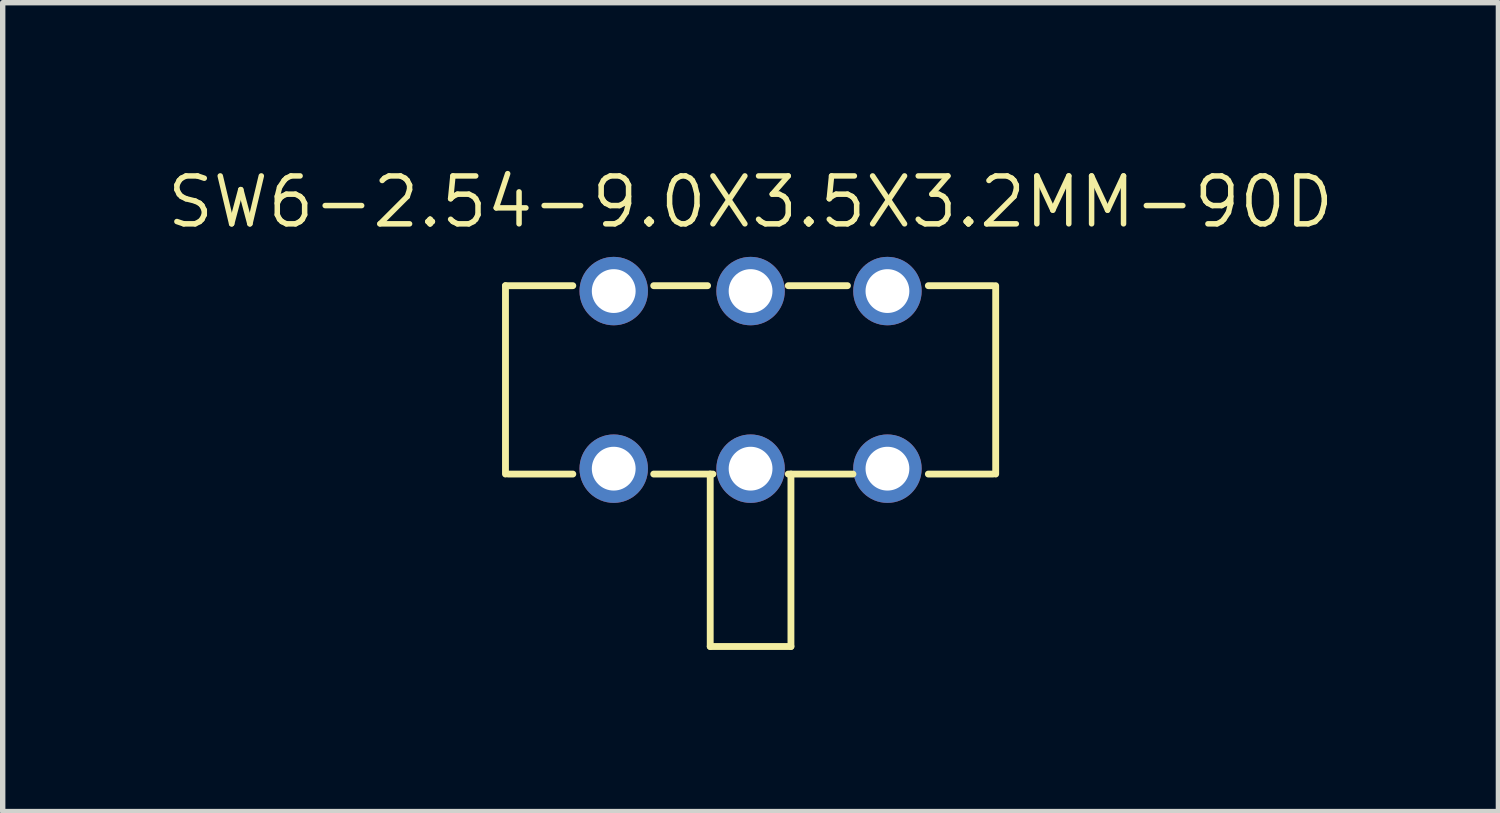
<source format=kicad_pcb>
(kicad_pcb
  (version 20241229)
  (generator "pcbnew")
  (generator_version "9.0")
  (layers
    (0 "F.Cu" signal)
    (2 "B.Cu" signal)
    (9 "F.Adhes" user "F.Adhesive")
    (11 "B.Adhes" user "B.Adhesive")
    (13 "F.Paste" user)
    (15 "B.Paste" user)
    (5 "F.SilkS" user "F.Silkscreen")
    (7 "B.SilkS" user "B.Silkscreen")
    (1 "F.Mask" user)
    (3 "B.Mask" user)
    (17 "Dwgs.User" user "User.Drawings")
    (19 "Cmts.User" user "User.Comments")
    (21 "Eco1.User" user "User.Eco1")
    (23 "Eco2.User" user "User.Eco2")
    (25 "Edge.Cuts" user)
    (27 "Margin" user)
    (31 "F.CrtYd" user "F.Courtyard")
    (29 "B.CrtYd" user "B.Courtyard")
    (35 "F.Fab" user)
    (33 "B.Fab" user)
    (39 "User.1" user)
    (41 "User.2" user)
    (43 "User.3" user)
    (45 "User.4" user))
  (footprint "SW6-2.54-9.0X3.5X3.2MM-90D"
    (layer "F.Cu")
    (at 10.88 4)
    (property "Reference" "SW6-2.54-9.0X3.5X3.2MM-90D" (at 0 -3.302 0) (layer "F.SilkS") (effects (font (size 0.889 0.889) (thickness 0.102))))
    (attr exclude_from_pos_files exclude_from_bom)
    (fp_line (start -4.549 -1.748) (end -3.299 -1.748) (stroke (width 0.127) (type solid)) (layer "F.SilkS"))
    (fp_line (start -4.549 1.748) (end -4.549 -1.748) (stroke (width 0.066) (type solid)) (layer "F.SilkS"))
    (fp_line (start -4.549 1.748) (end -4.549 -1.748) (stroke (width 0.127) (type solid)) (layer "F.SilkS"))
    (fp_line (start -3.299 1.748) (end -4.498 1.748) (stroke (width 0.127) (type solid)) (layer "F.SilkS"))
    (fp_line (start -1.798 -1.748) (end -0.798 -1.748) (stroke (width 0.127) (type solid)) (layer "F.SilkS"))
    (fp_line (start -0.749 1.748) (end -0.749 4.948) (stroke (width 0.127) (type solid)) (layer "F.SilkS"))
    (fp_line (start -0.749 4.948) (end 0.749 4.948) (stroke (width 0.127) (type solid)) (layer "F.SilkS"))
    (fp_line (start -0.699 1.748) (end -1.798 1.748) (stroke (width 0.127) (type solid)) (layer "F.SilkS"))
    (fp_line (start 0.699 -1.748) (end 1.798 -1.748) (stroke (width 0.127) (type solid)) (layer "F.SilkS"))
    (fp_line (start 0.749 4.948) (end 0.749 1.748) (stroke (width 0.127) (type solid)) (layer "F.SilkS"))
    (fp_line (start 1.9 1.748) (end 0.699 1.748) (stroke (width 0.127) (type solid)) (layer "F.SilkS"))
    (fp_line (start 3.299 -1.748) (end 4.498 -1.748) (stroke (width 0.127) (type solid)) (layer "F.SilkS"))
    (fp_line (start 4.498 1.748) (end 3.299 1.748) (stroke (width 0.127) (type solid)) (layer "F.SilkS"))
    (fp_line (start 4.549 -1.748) (end 4.549 1.748) (stroke (width 0.127) (type solid)) (layer "F.SilkS"))
    (fp_line (start 4.549 1.748) (end 4.549 -1.748) (stroke (width 0.066) (type solid)) (layer "F.SilkS"))
    (pad "CH1A" thru_hole circle (at -2.54 1.648) (size 1.27 1.27) (drill 0.813) (layers "*.Cu" "*.Mask"))
    (pad "CH1B" thru_hole circle (at 2.54 1.648) (size 1.27 1.27) (drill 0.813) (layers "*.Cu" "*.Mask"))
    (pad "CH2A" thru_hole circle (at -2.54 -1.648) (size 1.27 1.27) (drill 0.813) (layers "*.Cu" "*.Mask"))
    (pad "CH2B" thru_hole circle (at 2.54 -1.648) (size 1.27 1.27) (drill 0.813) (layers "*.Cu" "*.Mask"))
    (pad "COM1" thru_hole circle (at 0 1.648) (size 1.27 1.27) (drill 0.813) (layers "*.Cu" "*.Mask"))
    (pad "COM2" thru_hole circle (at 0 -1.648) (size 1.27 1.27) (drill 0.813) (layers "*.Cu" "*.Mask")))
  (gr_rect
    (start -3 -3)
    (end 24.759 12.012)
    (stroke (width 0.1) (type default))
    (fill no)
    (layer "Edge.Cuts")))
</source>
